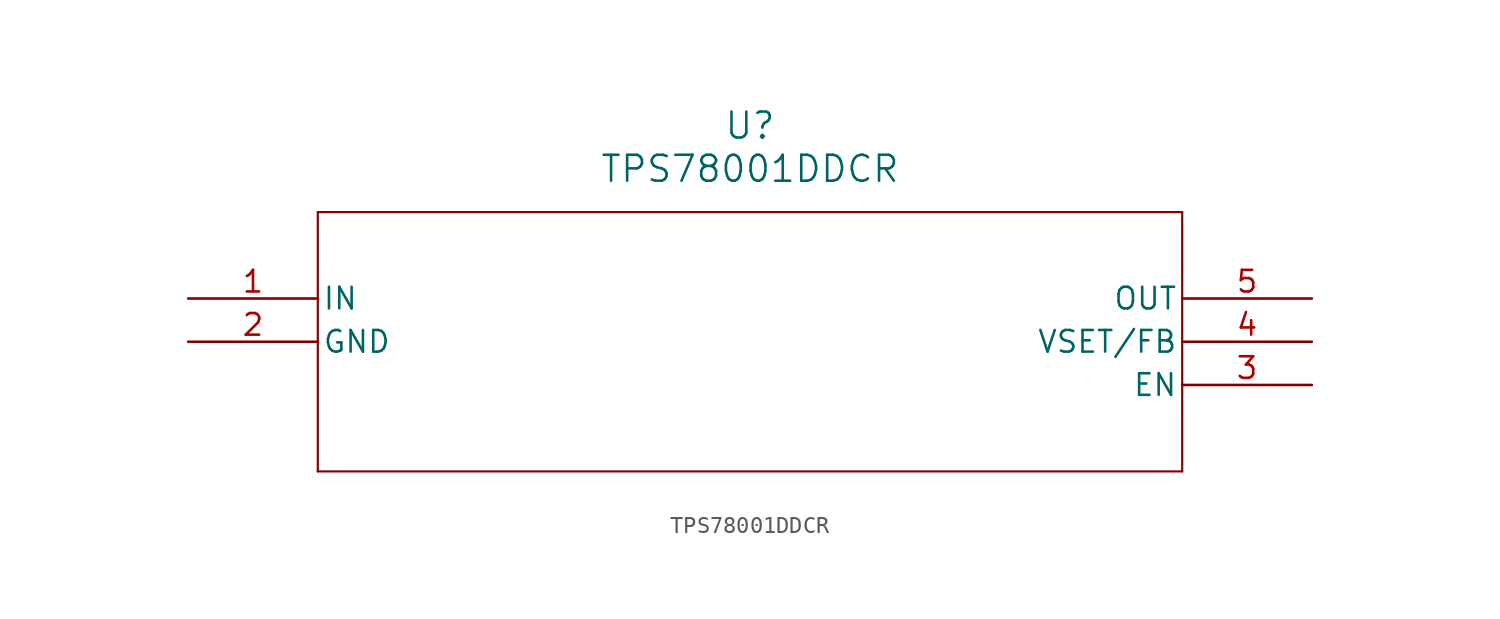
<source format=kicad_sym>
(kicad_symbol_lib
  (version 20211014)
  (generator kicad_symbol_editor)
  (symbol "TPS78001DDCR"
    (pin_names
      (offset 0.254))
    (property "Reference" "U"
      (at 33.02 10.16 0)
      (effects (font (size 1.524 1.524))))
    (property "Value" "TPS78001DDCR"
      (at 33.02 7.62 0)
      (effects (font (size 1.524 1.524))))
    (symbol "TPS78001DDCR_0_1"
      (polyline (pts (xy 7.62 5.08) (xy 7.62 -10.16)) (stroke (width 0.127) (type default) (color 0 0 0 0)) (fill (type none)))
      (polyline (pts (xy 7.62 -10.16) (xy 58.42 -10.16)) (stroke (width 0.127) (type default) (color 0 0 0 0)) (fill (type none)))
      (polyline (pts (xy 58.42 -10.16) (xy 58.42 5.08)) (stroke (width 0.127) (type default) (color 0 0 0 0)) (fill (type none)))
      (polyline (pts (xy 58.42 5.08) (xy 7.62 5.08)) (stroke (width 0.127) (type default) (color 0 0 0 0)) (fill (type none)))
      (pin input line (at 0 0 0) (length 7.62) (name "IN" (effects (font (size 1.27 1.27)))) (number "1" (effects (font (size 1.27 1.27)))))
      (pin power_in line (at 0 -2.54 0) (length 7.62) (name "GND" (effects (font (size 1.27 1.27)))) (number "2" (effects (font (size 1.27 1.27)))))
      (pin unspecified line (at 66.04 -5.08 180) (length 7.62) (name "EN" (effects (font (size 1.27 1.27)))) (number "3" (effects (font (size 1.27 1.27)))))
      (pin unspecified line (at 66.04 -2.54 180) (length 7.62) (name "VSET/FB" (effects (font (size 1.27 1.27)))) (number "4" (effects (font (size 1.27 1.27)))))
      (pin output line (at 66.04 0 180) (length 7.62) (name "OUT" (effects (font (size 1.27 1.27)))) (number "5" (effects (font (size 1.27 1.27))))))))
</source>
